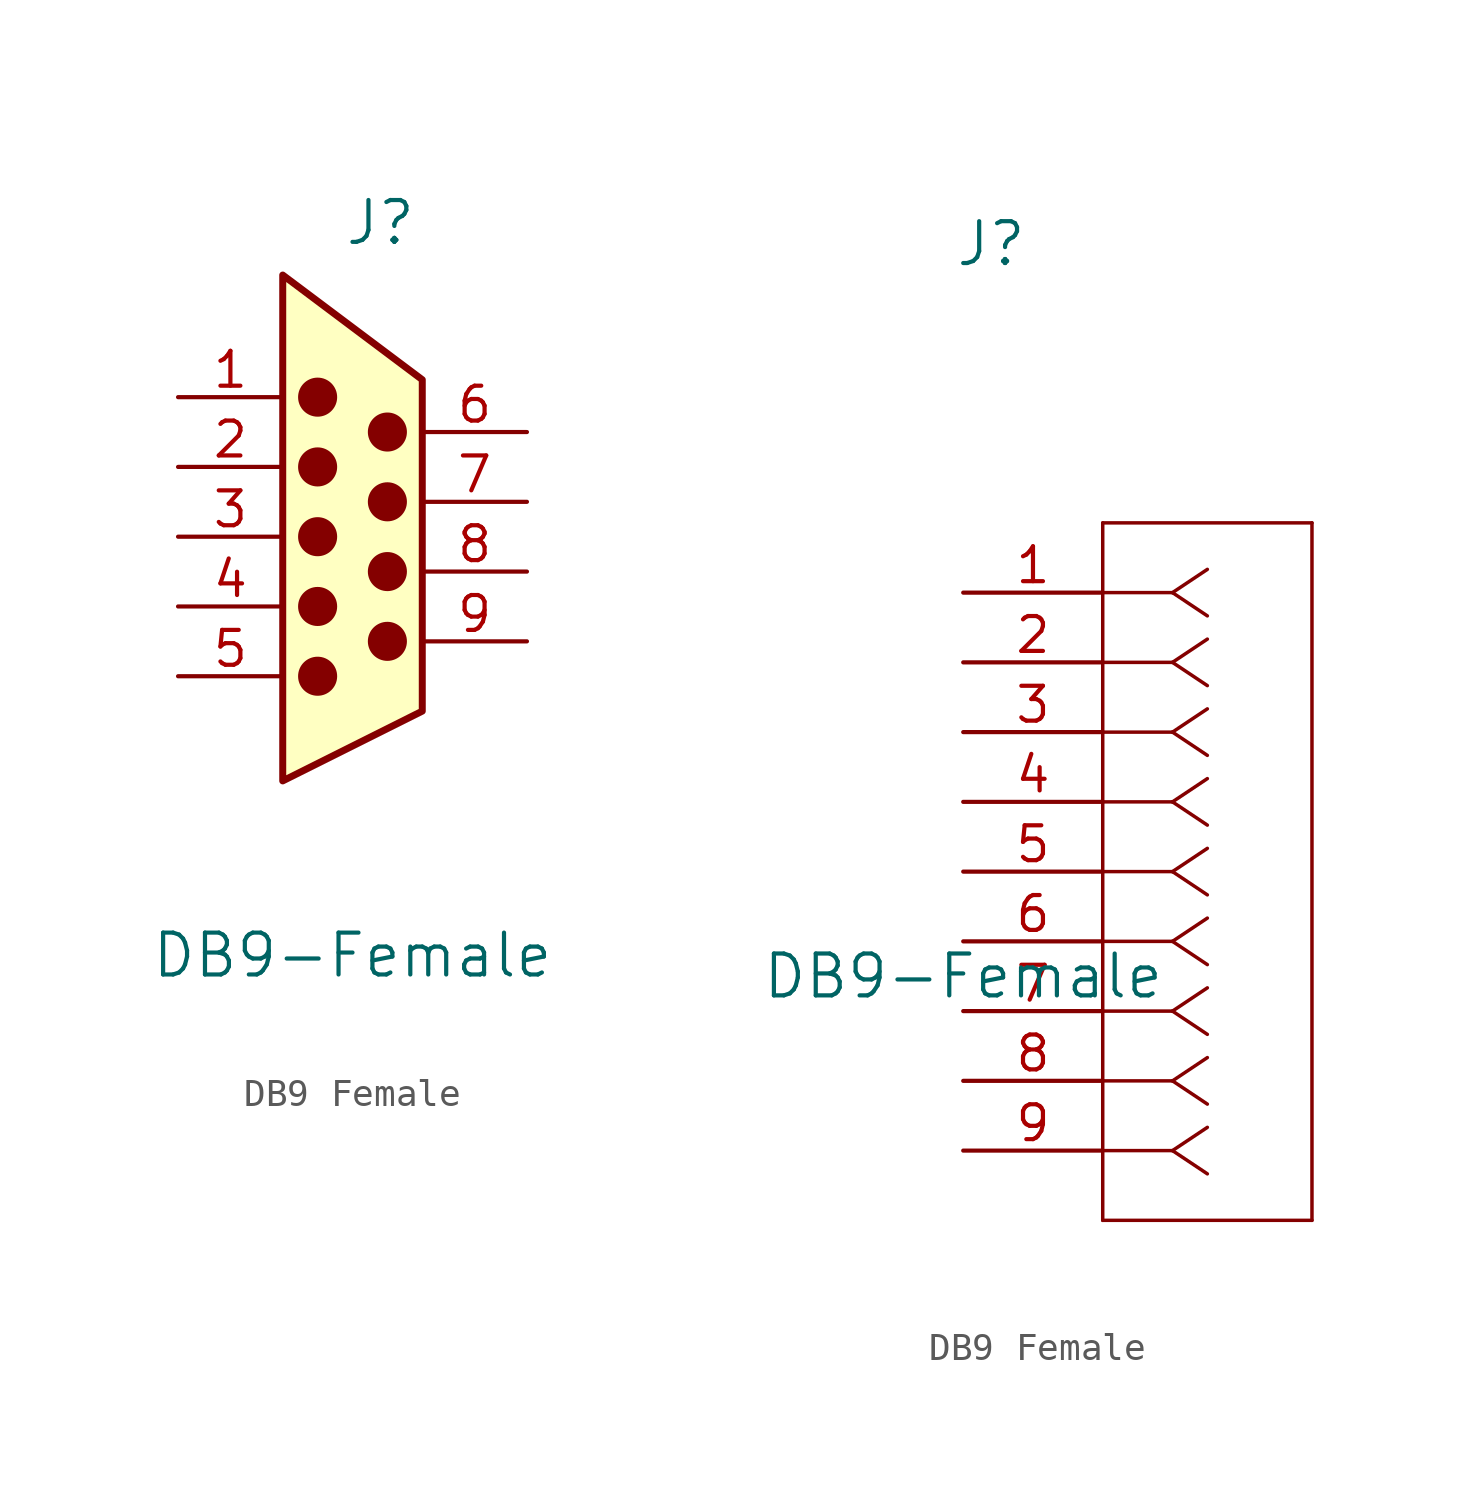
<source format=kicad_sym>
(kicad_symbol_lib
  (version 20241209)
  (generator "kicad_symbol_editor")
  (generator_version "9.0")
  (symbol "DB9 Female"
    (pin_names
      (offset 0.254)
      (hide yes))
    (property "Reference" "J"
      (at 1.016 12.7 0)
      (effects (font (size 1.524 1.524))))
    (property "Value" "DB9-Female"
      (at 0 -13.97 0)
      (effects (font (size 1.524 1.524))))
    (symbol "DB9 Female_0_1"
      (polyline (pts (xy -2.54 -7.62) (xy -2.54 10.795) (xy 2.54 6.985) (xy 2.54 -5.08) (xy -2.54 -7.62)) (stroke (width 0.254) (type default)) (fill (type background))))
    (symbol "DB9 Female_1_1"
      (circle (center -1.27 6.35) (radius 0.635) (stroke (width 0) (type solid)) (fill (type outline)))
      (circle (center -1.27 3.81) (radius 0.635) (stroke (width 0) (type solid)) (fill (type outline)))
      (circle (center -1.27 1.27) (radius 0.635) (stroke (width 0) (type solid)) (fill (type outline)))
      (circle (center -1.27 -1.27) (radius 0.635) (stroke (width 0) (type solid)) (fill (type outline)))
      (circle (center -1.27 -3.81) (radius 0.635) (stroke (width 0) (type solid)) (fill (type outline)))
      (circle (center 1.27 5.08) (radius 0.635) (stroke (width 0) (type solid)) (fill (type outline)))
      (circle (center 1.27 2.54) (radius 0.635) (stroke (width 0) (type solid)) (fill (type outline)))
      (circle (center 1.27 0) (radius 0.635) (stroke (width 0) (type solid)) (fill (type outline)))
      (circle (center 1.27 -2.54) (radius 0.635) (stroke (width 0) (type solid)) (fill (type outline)))
      (pin passive line (at -6.35 6.35 0) (length 3.81) (name "1" (effects (font (size 1.27 1.27)))) (number "1" (effects (font (size 1.27 1.27)))))
      (pin passive line (at -6.35 3.81 0) (length 3.81) (name "2" (effects (font (size 1.27 1.27)))) (number "2" (effects (font (size 1.27 1.27)))))
      (pin passive line (at -6.35 1.27 0) (length 3.81) (name "3" (effects (font (size 1.27 1.27)))) (number "3" (effects (font (size 1.27 1.27)))))
      (pin passive line (at -6.35 -1.27 0) (length 3.81) (name "4" (effects (font (size 1.27 1.27)))) (number "4" (effects (font (size 1.27 1.27)))))
      (pin passive line (at -6.35 -3.81 0) (length 3.81) (name "5" (effects (font (size 1.27 1.27)))) (number "5" (effects (font (size 1.27 1.27)))))
      (pin passive line (at 6.35 5.08 180) (length 3.81) (name "6" (effects (font (size 1.27 1.27)))) (number "6" (effects (font (size 1.27 1.27)))))
      (pin passive line (at 6.35 2.54 180) (length 3.81) (name "7" (effects (font (size 1.27 1.27)))) (number "7" (effects (font (size 1.27 1.27)))))
      (pin passive line (at 6.35 0 180) (length 3.81) (name "8" (effects (font (size 1.27 1.27)))) (number "8" (effects (font (size 1.27 1.27)))))
      (pin passive line (at 6.35 -2.54 180) (length 3.81) (name "9" (effects (font (size 1.27 1.27)))) (number "9" (effects (font (size 1.27 1.27))))))
    (symbol "DB9 Female_1_2"
      (polyline (pts (xy 5.08 2.54) (xy 5.08 -22.86)) (stroke (width 0.127) (type default)) (fill (type none)))
      (polyline (pts (xy 5.08 -22.86) (xy 12.7 -22.86)) (stroke (width 0.127) (type default)) (fill (type none)))
      (polyline (pts (xy 7.62 0) (xy 5.08 0)) (stroke (width 0.127) (type default)) (fill (type none)))
      (polyline (pts (xy 7.62 0) (xy 8.89 0.847)) (stroke (width 0.127) (type default)) (fill (type none)))
      (polyline (pts (xy 7.62 0) (xy 8.89 -0.847)) (stroke (width 0.127) (type default)) (fill (type none)))
      (polyline (pts (xy 7.62 -2.54) (xy 5.08 -2.54)) (stroke (width 0.127) (type default)) (fill (type none)))
      (polyline (pts (xy 7.62 -2.54) (xy 8.89 -1.693)) (stroke (width 0.127) (type default)) (fill (type none)))
      (polyline (pts (xy 7.62 -2.54) (xy 8.89 -3.387)) (stroke (width 0.127) (type default)) (fill (type none)))
      (polyline (pts (xy 7.62 -5.08) (xy 5.08 -5.08)) (stroke (width 0.127) (type default)) (fill (type none)))
      (polyline (pts (xy 7.62 -5.08) (xy 8.89 -4.233)) (stroke (width 0.127) (type default)) (fill (type none)))
      (polyline (pts (xy 7.62 -5.08) (xy 8.89 -5.927)) (stroke (width 0.127) (type default)) (fill (type none)))
      (polyline (pts (xy 7.62 -7.62) (xy 5.08 -7.62)) (stroke (width 0.127) (type default)) (fill (type none)))
      (polyline (pts (xy 7.62 -7.62) (xy 8.89 -6.773)) (stroke (width 0.127) (type default)) (fill (type none)))
      (polyline (pts (xy 7.62 -7.62) (xy 8.89 -8.467)) (stroke (width 0.127) (type default)) (fill (type none)))
      (polyline (pts (xy 7.62 -10.16) (xy 5.08 -10.16)) (stroke (width 0.127) (type default)) (fill (type none)))
      (polyline (pts (xy 7.62 -10.16) (xy 8.89 -9.313)) (stroke (width 0.127) (type default)) (fill (type none)))
      (polyline (pts (xy 7.62 -10.16) (xy 8.89 -11.007)) (stroke (width 0.127) (type default)) (fill (type none)))
      (polyline (pts (xy 7.62 -12.7) (xy 5.08 -12.7)) (stroke (width 0.127) (type default)) (fill (type none)))
      (polyline (pts (xy 7.62 -12.7) (xy 8.89 -11.853)) (stroke (width 0.127) (type default)) (fill (type none)))
      (polyline (pts (xy 7.62 -12.7) (xy 8.89 -13.547)) (stroke (width 0.127) (type default)) (fill (type none)))
      (polyline (pts (xy 7.62 -15.24) (xy 5.08 -15.24)) (stroke (width 0.127) (type default)) (fill (type none)))
      (polyline (pts (xy 7.62 -15.24) (xy 8.89 -14.393)) (stroke (width 0.127) (type default)) (fill (type none)))
      (polyline (pts (xy 7.62 -15.24) (xy 8.89 -16.087)) (stroke (width 0.127) (type default)) (fill (type none)))
      (polyline (pts (xy 7.62 -17.78) (xy 5.08 -17.78)) (stroke (width 0.127) (type default)) (fill (type none)))
      (polyline (pts (xy 7.62 -17.78) (xy 8.89 -16.933)) (stroke (width 0.127) (type default)) (fill (type none)))
      (polyline (pts (xy 7.62 -17.78) (xy 8.89 -18.627)) (stroke (width 0.127) (type default)) (fill (type none)))
      (polyline (pts (xy 7.62 -20.32) (xy 5.08 -20.32)) (stroke (width 0.127) (type default)) (fill (type none)))
      (polyline (pts (xy 7.62 -20.32) (xy 8.89 -19.473)) (stroke (width 0.127) (type default)) (fill (type none)))
      (polyline (pts (xy 7.62 -20.32) (xy 8.89 -21.167)) (stroke (width 0.127) (type default)) (fill (type none)))
      (polyline (pts (xy 12.7 2.54) (xy 5.08 2.54)) (stroke (width 0.127) (type default)) (fill (type none)))
      (polyline (pts (xy 12.7 -22.86) (xy 12.7 2.54)) (stroke (width 0.127) (type default)) (fill (type none)))
      (pin unspecified line (at 0 0 0) (length 5.08) (name "1" (effects (font (size 1.27 1.27)))) (number "1" (effects (font (size 1.27 1.27)))))
      (pin unspecified line (at 0 -2.54 0) (length 5.08) (name "2" (effects (font (size 1.27 1.27)))) (number "2" (effects (font (size 1.27 1.27)))))
      (pin unspecified line (at 0 -5.08 0) (length 5.08) (name "3" (effects (font (size 1.27 1.27)))) (number "3" (effects (font (size 1.27 1.27)))))
      (pin unspecified line (at 0 -7.62 0) (length 5.08) (name "4" (effects (font (size 1.27 1.27)))) (number "4" (effects (font (size 1.27 1.27)))))
      (pin unspecified line (at 0 -10.16 0) (length 5.08) (name "5" (effects (font (size 1.27 1.27)))) (number "5" (effects (font (size 1.27 1.27)))))
      (pin unspecified line (at 0 -12.7 0) (length 5.08) (name "6" (effects (font (size 1.27 1.27)))) (number "6" (effects (font (size 1.27 1.27)))))
      (pin unspecified line (at 0 -15.24 0) (length 5.08) (name "7" (effects (font (size 1.27 1.27)))) (number "7" (effects (font (size 1.27 1.27)))))
      (pin unspecified line (at 0 -17.78 0) (length 5.08) (name "8" (effects (font (size 1.27 1.27)))) (number "8" (effects (font (size 1.27 1.27)))))
      (pin unspecified line (at 0 -20.32 0) (length 5.08) (name "9" (effects (font (size 1.27 1.27)))) (number "9" (effects (font (size 1.27 1.27))))))))
</source>
